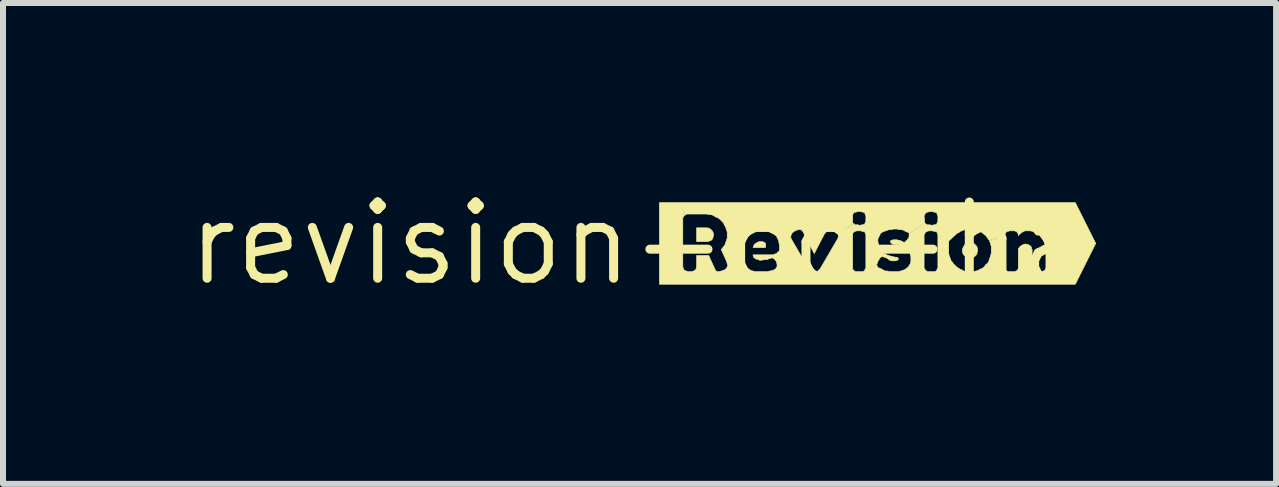
<source format=kicad_pcb>
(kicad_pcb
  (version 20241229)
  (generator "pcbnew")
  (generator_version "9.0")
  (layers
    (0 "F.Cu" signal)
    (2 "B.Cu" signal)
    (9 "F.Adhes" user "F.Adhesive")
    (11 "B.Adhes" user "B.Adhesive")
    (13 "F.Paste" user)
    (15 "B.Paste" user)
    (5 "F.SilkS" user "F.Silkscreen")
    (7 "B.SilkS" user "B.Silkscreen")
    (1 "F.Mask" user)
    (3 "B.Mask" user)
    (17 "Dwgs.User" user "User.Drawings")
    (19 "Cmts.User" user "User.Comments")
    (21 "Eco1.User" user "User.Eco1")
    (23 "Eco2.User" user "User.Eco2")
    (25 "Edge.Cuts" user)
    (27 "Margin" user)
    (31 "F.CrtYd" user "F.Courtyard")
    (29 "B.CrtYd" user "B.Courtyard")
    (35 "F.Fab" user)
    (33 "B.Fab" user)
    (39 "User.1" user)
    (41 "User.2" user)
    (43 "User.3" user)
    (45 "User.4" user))
  (footprint "revision-cc-ha"
    (layer "F.Cu")
    (at 7.597 1.006)
    (property "Reference" "revision-cc-ha" (at 0 0 0) (layer "F.SilkS") (effects (font (size 1.27 1.27) (thickness 0.15))))
    (attr board_only exclude_from_pos_files exclude_from_bom)
    (fp_poly (pts (xy 0.96 -0.03) (xy 1.14 -0.03) (xy 1.17 -0.04) (xy 1.2 -0.05) (xy 1.21 -0.06) (xy 1.23 -0.08) (xy 1.23 -0.1) (xy 1.24 -0.12) (xy 1.24 -0.14) (xy 1.24 -0.17) (xy 1.23 -0.19) (xy 1.22 -0.21) (xy 1.21 -0.22) (xy 1.19 -0.24) (xy 1.17 -0.25) (xy 1.14 -0.26) (xy 1.13 -0.26) (xy 0.96 -0.26) (xy 0.96 -0.03)) (stroke (width 0.01) (type solid)) (fill yes) (layer "F.SilkS"))
    (fp_poly (pts (xy 2.07 0.07) (xy 2.08 0.07) (xy 2.09 0.07) (xy 2.1 0.07) (xy 2.11 0.06) (xy 2.11 0.05) (xy 2.11 0.04) (xy 2.11 0.02) (xy 2.11 0.01) (xy 2.1 -0.01) (xy 2.08 -0.02) (xy 2.06 -0.03) (xy 2.03 -0.03) (xy 2 -0.03) (xy 1.98 -0.02) (xy 1.96 -0.01) (xy 1.94 0) (xy 1.92 0.02) (xy 1.91 0.04) (xy 1.91 0.06) (xy 1.9 0.07) (xy 2.07 0.07)) (stroke (width 0.01) (type solid)) (fill yes) (layer "F.SilkS"))
    (fp_poly (pts (xy 5.47 0.24) (xy 5.53 0.24) (xy 5.55 0.24) (xy 5.57 0.23) (xy 5.59 0.22) (xy 5.61 0.2) (xy 5.63 0.18) (xy 5.63 0.16) (xy 5.64 0.14) (xy 5.64 0.11) (xy 5.64 0.08) (xy 5.63 0.06) (xy 5.62 0.04) (xy 5.6 0.02) (xy 5.58 0) (xy 5.56 -0.01) (xy 5.54 -0.01) (xy 5.51 -0.01) (xy 5.49 -0.01) (xy 5.47 0) (xy 5.44 0.01) (xy 5.42 0.03) (xy 5.41 0.05) (xy 5.4 0.07) (xy 5.39 0.09) (xy 5.39 0.12) (xy 5.39 0.15) (xy 5.4 0.17) (xy 5.41 0.19) (xy 5.42 0.2) (xy 5.47 0.24)) (stroke (width 0.01) (type solid)) (fill yes) (layer "F.SilkS"))
    (fp_poly (pts (xy 0.68 -0.68) (xy 0.34 -0.68) (xy 0.34 0.68) (xy 7.27 0.68) (xy 7.61 0) (xy 7.27 -0.68) (xy 0.68 -0.68) (xy 0.77 -0.48) (xy 0.78 -0.48) (xy 0.8 -0.49) (xy 0.83 -0.49) (xy 1.13 -0.49) (xy 1.17 -0.48) (xy 1.2 -0.48) (xy 1.23 -0.47) (xy 1.25 -0.46) (xy 1.28 -0.44) (xy 1.31 -0.43) (xy 1.34 -0.41) (xy 1.36 -0.39) (xy 1.39 -0.36) (xy 1.41 -0.34) (xy 1.42 -0.31) (xy 1.44 -0.28) (xy 1.45 -0.25) (xy 1.46 -0.22) (xy 1.47 -0.19) (xy 1.47 -0.16) (xy 1.47 -0.13) (xy 1.47 -0.09) (xy 1.46 -0.06) (xy 1.45 -0.03) (xy 1.67 0.02) (xy 1.68 -0.01) (xy 1.69 -0.04) (xy 1.71 -0.07) (xy 1.73 -0.1) (xy 1.75 -0.13) (xy 1.78 -0.15) (xy 1.81 -0.17) (xy 1.84 -0.19) (xy 1.87 -0.21) (xy 1.91 -0.22) (xy 1.94 -0.23) (xy 1.98 -0.23) (xy 2.02 -0.24) (xy 2.06 -0.24) (xy 2.1 -0.23) (xy 2.13 -0.23) (xy 2.16 -0.22) (xy 2.19 -0.2) (xy 2.22 -0.18) (xy 2.25 -0.16) (xy 2.27 -0.14) (xy 2.29 -0.12) (xy 2.3 -0.1) (xy 2.32 -0.06) (xy 2.33 -0.03) (xy 2.53 -0.09) (xy 2.53 -0.11) (xy 2.53 -0.13) (xy 2.54 -0.15) (xy 2.55 -0.17) (xy 2.57 -0.19) (xy 2.6 -0.21) (xy 2.63 -0.22) (xy 2.65 -0.23) (xy 2.67 -0.23) (xy 2.7 -0.23) (xy 2.71 -0.22) (xy 2.73 -0.2) (xy 2.75 -0.16) (xy 2.92 0.17) (xy 3.09 -0.16) (xy 3.11 -0.18) (xy 3.13 -0.21) (xy 3.14 -0.22) (xy 3.15 -0.23) (xy 3.16 -0.23) (xy 3.18 -0.23) (xy 3.19 -0.23) (xy 3.21 -0.22) (xy 3.25 -0.2) (xy 3.27 -0.19) (xy 3.29 -0.17) (xy 3.31 -0.16) (xy 3.57 -0.33) (xy 3.56 -0.34) (xy 3.56 -0.37) (xy 3.56 -0.46) (xy 3.56 -0.48) (xy 3.58 -0.51) (xy 3.59 -0.52) (xy 3.61 -0.52) (xy 3.64 -0.53) (xy 3.67 -0.53) (xy 3.7 -0.53) (xy 3.73 -0.52) (xy 3.74 -0.52) (xy 3.76 -0.51) (xy 3.77 -0.48) (xy 3.78 -0.46) (xy 3.78 -0.37) (xy 3.77 -0.35) (xy 3.76 -0.32) (xy 3.73 -0.31) (xy 3.71 -0.31) (xy 3.68 -0.3) (xy 3.65 -0.31) (xy 3.66 -0.21) (xy 3.7 -0.21) (xy 3.72 -0.2) (xy 3.74 -0.2) (xy 3.76 -0.19) (xy 3.77 -0.18) (xy 3.77 -0.16) (xy 3.78 -0.15) (xy 3.78 -0.13) (xy 3.78 0.41) (xy 3.96 0.37) (xy 3.96 0.35) (xy 3.97 0.33) (xy 3.98 0.3) (xy 4.01 0.25) (xy 4.02 0.23) (xy 4.03 0.23) (xy 4.05 0.22) (xy 4.06 0.22) (xy 4.09 0.23) (xy 4.12 0.24) (xy 4.18 0.28) (xy 4.21 0.29) (xy 4.23 0.29) (xy 4.27 0.29) (xy 4.3 0.28) (xy 4.31 0.28) (xy 4.31 0.27) (xy 4.32 0.27) (xy 4.32 0.26) (xy 4.32 0.25) (xy 4.31 0.24) (xy 4.3 0.23) (xy 4.27 0.23) (xy 4.23 0.22) (xy 4.19 0.21) (xy 4.15 0.2) (xy 4.11 0.18) (xy 4.07 0.16) (xy 4.05 0.14) (xy 4.03 0.12) (xy 4.01 0.08) (xy 4 0.05) (xy 3.99 0.01) (xy 3.98 -0.03) (xy 3.98 -0.07) (xy 3.99 -0.1) (xy 4.01 -0.13) (xy 4.02 -0.16) (xy 4.04 -0.18) (xy 4.06 -0.19) (xy 4.08 -0.2) (xy 4.11 -0.21) (xy 4.14 -0.22) (xy 4.17 -0.23) (xy 4.2 -0.23) (xy 4.24 -0.24) (xy 4.3 -0.24) (xy 4.34 -0.23) (xy 4.37 -0.23) (xy 4.41 -0.22) (xy 4.44 -0.2) (xy 4.47 -0.19) (xy 4.49 -0.18) (xy 4.5 -0.17) (xy 4.76 -0.34) (xy 4.76 -0.37) (xy 4.75 -0.46) (xy 4.76 -0.48) (xy 4.78 -0.51) (xy 4.79 -0.52) (xy 4.81 -0.52) (xy 4.84 -0.53) (xy 4.87 -0.53) (xy 4.9 -0.53) (xy 4.92 -0.52) (xy 4.94 -0.52) (xy 4.96 -0.51) (xy 4.97 -0.48) (xy 4.98 -0.46) (xy 4.98 -0.37) (xy 4.97 -0.35) (xy 4.96 -0.32) (xy 4.93 -0.31) (xy 4.91 -0.31) (xy 4.88 -0.3) (xy 4.85 -0.31) (xy 4.86 -0.21) (xy 4.89 -0.21) (xy 4.92 -0.2) (xy 4.94 -0.2) (xy 4.96 -0.19) (xy 4.97 -0.18) (xy 4.97 -0.16) (xy 4.98 -0.15) (xy 4.98 -0.13) (xy 5.16 -0.04) (xy 5.27 -0.14) (xy 5.3 -0.17) (xy 5.33 -0.18) (xy 5.35 -0.2) (xy 5.38 -0.21) (xy 5.4 -0.22) (xy 5.44 -0.23) (xy 5.47 -0.23) (xy 5.5 -0.24) (xy 5.54 -0.24) (xy 5.57 -0.23) (xy 5.6 -0.23) (xy 5.64 -0.22) (xy 5.67 -0.21) (xy 5.7 -0.19) (xy 5.73 -0.17) (xy 5.75 -0.15) (xy 5.78 -0.13) (xy 5.8 -0.1) (xy 5.82 -0.07) (xy 5.84 -0.05) (xy 6.1 -0.15) (xy 6.1 -0.16) (xy 6.12 -0.19) (xy 6.13 -0.2) (xy 6.15 -0.2) (xy 6.17 -0.21) (xy 6.2 -0.21) (xy 6.23 -0.21) (xy 6.25 -0.21) (xy 6.29 -0.2) (xy 6.3 -0.19) (xy 6.3 -0.18) (xy 6.31 -0.17) (xy 6.32 -0.16) (xy 6.32 -0.13) (xy 6.36 -0.17) (xy 6.39 -0.19) (xy 6.41 -0.2) (xy 6.43 -0.21) (xy 6.45 -0.21) (xy 6.48 -0.21) (xy 6.52 -0.21) (xy 6.56 -0.2) (xy 6.6 -0.18) (xy 6.63 -0.16) (xy 6.67 -0.14) (xy 6.7 -0.1) (xy 6.73 -0.06) (xy 6.75 -0.02) (xy 6.76 0.01) (xy 6.77 0.04) (xy 6.78 0.08) (xy 6.78 0.11) (xy 6.78 0.38) (xy 6.78 0.4) (xy 6.77 0.44) (xy 6.75 0.45) (xy 6.73 0.47) (xy 6.71 0.47) (xy 6.67 0.47) (xy 6.63 0.47) (xy 6.6 0.47) (xy 6.58 0.46) (xy 6.57 0.44) (xy 6.56 0.43) (xy 6.55 0.38) (xy 6.55 0.12) (xy 6.55 0.1) (xy 6.54 0.09) (xy 6.54 0.07) (xy 6.53 0.05) (xy 6.52 0.04) (xy 6.5 0.03) (xy 6.49 0.02) (xy 6.47 0.02) (xy 6.45 0.01) (xy 6.43 0.01) (xy 6.41 0.02) (xy 6.4 0.02) (xy 6.38 0.03) (xy 6.37 0.04) (xy 6.35 0.05) (xy 6.34 0.06) (xy 6.33 0.08) (xy 6.32 0.09) (xy 6.32 0.11) (xy 6.32 0.13) (xy 6.32 0.41) (xy 6.32 0.42) (xy 6.3 0.45) (xy 6.29 0.46) (xy 6.28 0.46) (xy 6.26 0.47) (xy 6.24 0.47) (xy 6.2 0.47) (xy 6.17 0.47) (xy 6.15 0.47) (xy 6.13 0.46) (xy 6.12 0.45) (xy 6.11 0.45) (xy 6.1 0.42) (xy 6.1 0.41) (xy 6.1 -0.14) (xy 5.84 -0.04) (xy 5.85 -0.02) (xy 5.86 0.02) (xy 5.87 0.05) (xy 5.87 0.09) (xy 5.87 0.13) (xy 5.87 0.16) (xy 5.86 0.2) (xy 5.85 0.23) (xy 5.84 0.26) (xy 5.83 0.29) (xy 5.81 0.33) (xy 5.78 0.35) (xy 5.76 0.38) (xy 5.74 0.4) (xy 5.71 0.42) (xy 5.68 0.43) (xy 5.65 0.45) (xy 5.61 0.46) (xy 5.58 0.47) (xy 5.54 0.47) (xy 5.51 0.47) (xy 5.48 0.47) (xy 5.44 0.47) (xy 5.41 0.46) (xy 5.38 0.44) (xy 5.35 0.43) (xy 5.32 0.41) (xy 5.29 0.39) (xy 5.27 0.37) (xy 5.24 0.34) (xy 5.22 0.31) (xy 5.2 0.29) (xy 5.19 0.26) (xy 5.17 0.21) (xy 5.16 0.16) (xy 5.16 0.12) (xy 5.16 -0.04) (xy 4.98 -0.13) (xy 4.98 0.41) (xy 4.97 0.42) (xy 4.96 0.45) (xy 4.95 0.46) (xy 4.93 0.47) (xy 4.9 0.47) (xy 4.87 0.47) (xy 4.83 0.47) (xy 4.81 0.47) (xy 4.79 0.46) (xy 4.78 0.45) (xy 4.76 0.43) (xy 4.76 0.42) (xy 4.75 0.41) (xy 4.75 -0.09) (xy 4.75 -0.14) (xy 4.76 -0.16) (xy 4.77 -0.18) (xy 4.78 -0.19) (xy 4.79 -0.2) (xy 4.8 -0.2) (xy 4.83 -0.21) (xy 4.86 -0.21) (xy 4.85 -0.31) (xy 4.82 -0.31) (xy 4.8 -0.31) (xy 4.79 -0.32) (xy 4.77 -0.33) (xy 4.76 -0.34) (xy 4.5 -0.16) (xy 4.5 -0.15) (xy 4.5 -0.13) (xy 4.5 -0.11) (xy 4.49 -0.09) (xy 4.47 -0.06) (xy 4.45 -0.04) (xy 4.43 -0.02) (xy 4.42 -0.02) (xy 4.41 -0.02) (xy 4.39 -0.03) (xy 4.35 -0.05) (xy 4.33 -0.05) (xy 4.3 -0.06) (xy 4.27 -0.06) (xy 4.23 -0.06) (xy 4.21 -0.05) (xy 4.2 -0.05) (xy 4.19 -0.04) (xy 4.19 -0.03) (xy 4.19 -0.02) (xy 4.2 -0.01) (xy 4.21 0) (xy 4.22 0.01) (xy 4.26 0.02) (xy 4.31 0.02) (xy 4.35 0.03) (xy 4.39 0.04) (xy 4.43 0.06) (xy 4.45 0.07) (xy 4.47 0.08) (xy 4.48 0.1) (xy 4.5 0.11) (xy 4.51 0.14) (xy 4.52 0.18) (xy 4.53 0.22) (xy 4.53 0.26) (xy 4.53 0.3) (xy 4.52 0.34) (xy 4.5 0.37) (xy 4.48 0.4) (xy 4.46 0.41) (xy 4.44 0.43) (xy 4.42 0.44) (xy 4.39 0.45) (xy 4.36 0.46) (xy 4.32 0.47) (xy 4.28 0.47) (xy 4.24 0.47) (xy 4.2 0.47) (xy 4.17 0.47) (xy 4.14 0.46) (xy 4.11 0.46) (xy 4.08 0.45) (xy 4.05 0.43) (xy 3.98 0.4) (xy 3.97 0.39) (xy 3.97 0.37) (xy 3.78 0.41) (xy 3.77 0.42) (xy 3.76 0.45) (xy 3.75 0.46) (xy 3.73 0.47) (xy 3.7 0.47) (xy 3.67 0.47) (xy 3.63 0.47) (xy 3.61 0.47) (xy 3.59 0.46) (xy 3.58 0.45) (xy 3.56 0.43) (xy 3.56 0.42) (xy 3.56 0.41) (xy 3.56 -0.09) (xy 3.56 -0.14) (xy 3.56 -0.16) (xy 3.57 -0.18) (xy 3.58 -0.19) (xy 3.59 -0.2) (xy 3.6 -0.2) (xy 3.63 -0.21) (xy 3.66 -0.21) (xy 3.65 -0.31) (xy 3.62 -0.31) (xy 3.6 -0.31) (xy 3.59 -0.32) (xy 3.58 -0.33) (xy 3.31 -0.15) (xy 3.32 -0.14) (xy 3.32 -0.12) (xy 3.32 -0.1) (xy 3.31 -0.08) (xy 3.3 -0.06) (xy 3.02 0.42) (xy 3.01 0.43) (xy 3 0.44) (xy 2.98 0.46) (xy 2.96 0.47) (xy 2.94 0.47) (xy 2.93 0.47) (xy 2.9 0.47) (xy 2.88 0.47) (xy 2.87 0.46) (xy 2.85 0.45) (xy 2.83 0.43) (xy 2.54 -0.07) (xy 2.53 -0.09) (xy 2.33 -0.03) (xy 2.33 -0.01) (xy 2.34 0.02) (xy 2.34 0.12) (xy 2.3 0.16) (xy 2.28 0.17) (xy 2.26 0.18) (xy 2.23 0.19) (xy 2.21 0.19) (xy 1.9 0.19) (xy 1.9 0.2) (xy 1.91 0.22) (xy 1.91 0.23) (xy 1.92 0.24) (xy 1.95 0.26) (xy 1.99 0.27) (xy 2.01 0.28) (xy 2.03 0.28) (xy 2.1 0.27) (xy 2.14 0.27) (xy 2.17 0.25) (xy 2.19 0.25) (xy 2.21 0.24) (xy 2.22 0.24) (xy 2.24 0.25) (xy 2.26 0.26) (xy 2.27 0.28) (xy 2.29 0.3) (xy 2.3 0.35) (xy 2.3 0.36) (xy 2.3 0.38) (xy 2.3 0.39) (xy 2.29 0.4) (xy 2.28 0.42) (xy 2.27 0.43) (xy 2.25 0.44) (xy 2.23 0.45) (xy 2.18 0.46) (xy 2.13 0.47) (xy 2.06 0.47) (xy 2.01 0.47) (xy 1.97 0.47) (xy 1.93 0.47) (xy 1.9 0.46) (xy 1.86 0.45) (xy 1.83 0.43) (xy 1.8 0.41) (xy 1.77 0.39) (xy 1.75 0.37) (xy 1.73 0.34) (xy 1.71 0.31) (xy 1.69 0.27) (xy 1.68 0.24) (xy 1.67 0.2) (xy 1.66 0.17) (xy 1.66 0.13) (xy 1.66 0.09) (xy 1.66 0.06) (xy 1.67 0.02) (xy 1.45 -0.03) (xy 1.44 0) (xy 1.43 0.03) (xy 1.41 0.05) (xy 1.39 0.08) (xy 1.37 0.1) (xy 1.41 0.19) (xy 1.46 0.3) (xy 1.47 0.34) (xy 1.48 0.37) (xy 1.47 0.39) (xy 1.46 0.41) (xy 1.45 0.42) (xy 1.43 0.44) (xy 1.37 0.46) (xy 1.34 0.47) (xy 1.33 0.47) (xy 1.31 0.47) (xy 1.3 0.47) (xy 1.29 0.46) (xy 1.27 0.45) (xy 1.27 0.44) (xy 1.16 0.2) (xy 0.96 0.2) (xy 0.96 0.38) (xy 0.95 0.42) (xy 0.95 0.43) (xy 0.94 0.44) (xy 0.93 0.45) (xy 0.91 0.46) (xy 0.88 0.47) (xy 0.85 0.47) (xy 0.81 0.47) (xy 0.79 0.46) (xy 0.76 0.45) (xy 0.75 0.44) (xy 0.74 0.43) (xy 0.74 0.42) (xy 0.73 0.39) (xy 0.73 0.36) (xy 0.73 -0.42) (xy 0.73 -0.43) (xy 0.74 -0.44) (xy 0.75 -0.46) (xy 0.75 -0.47) (xy 0.77 -0.47) (xy 0.68 -0.68)) (stroke (width 0.01) (type solid)) (fill yes) (layer "F.SilkS")))
  (gr_rect
    (start -3 -3)
    (end 18.212 5.012)
    (stroke (width 0.1) (type default))
    (fill no)
    (layer "Edge.Cuts")))
</source>
